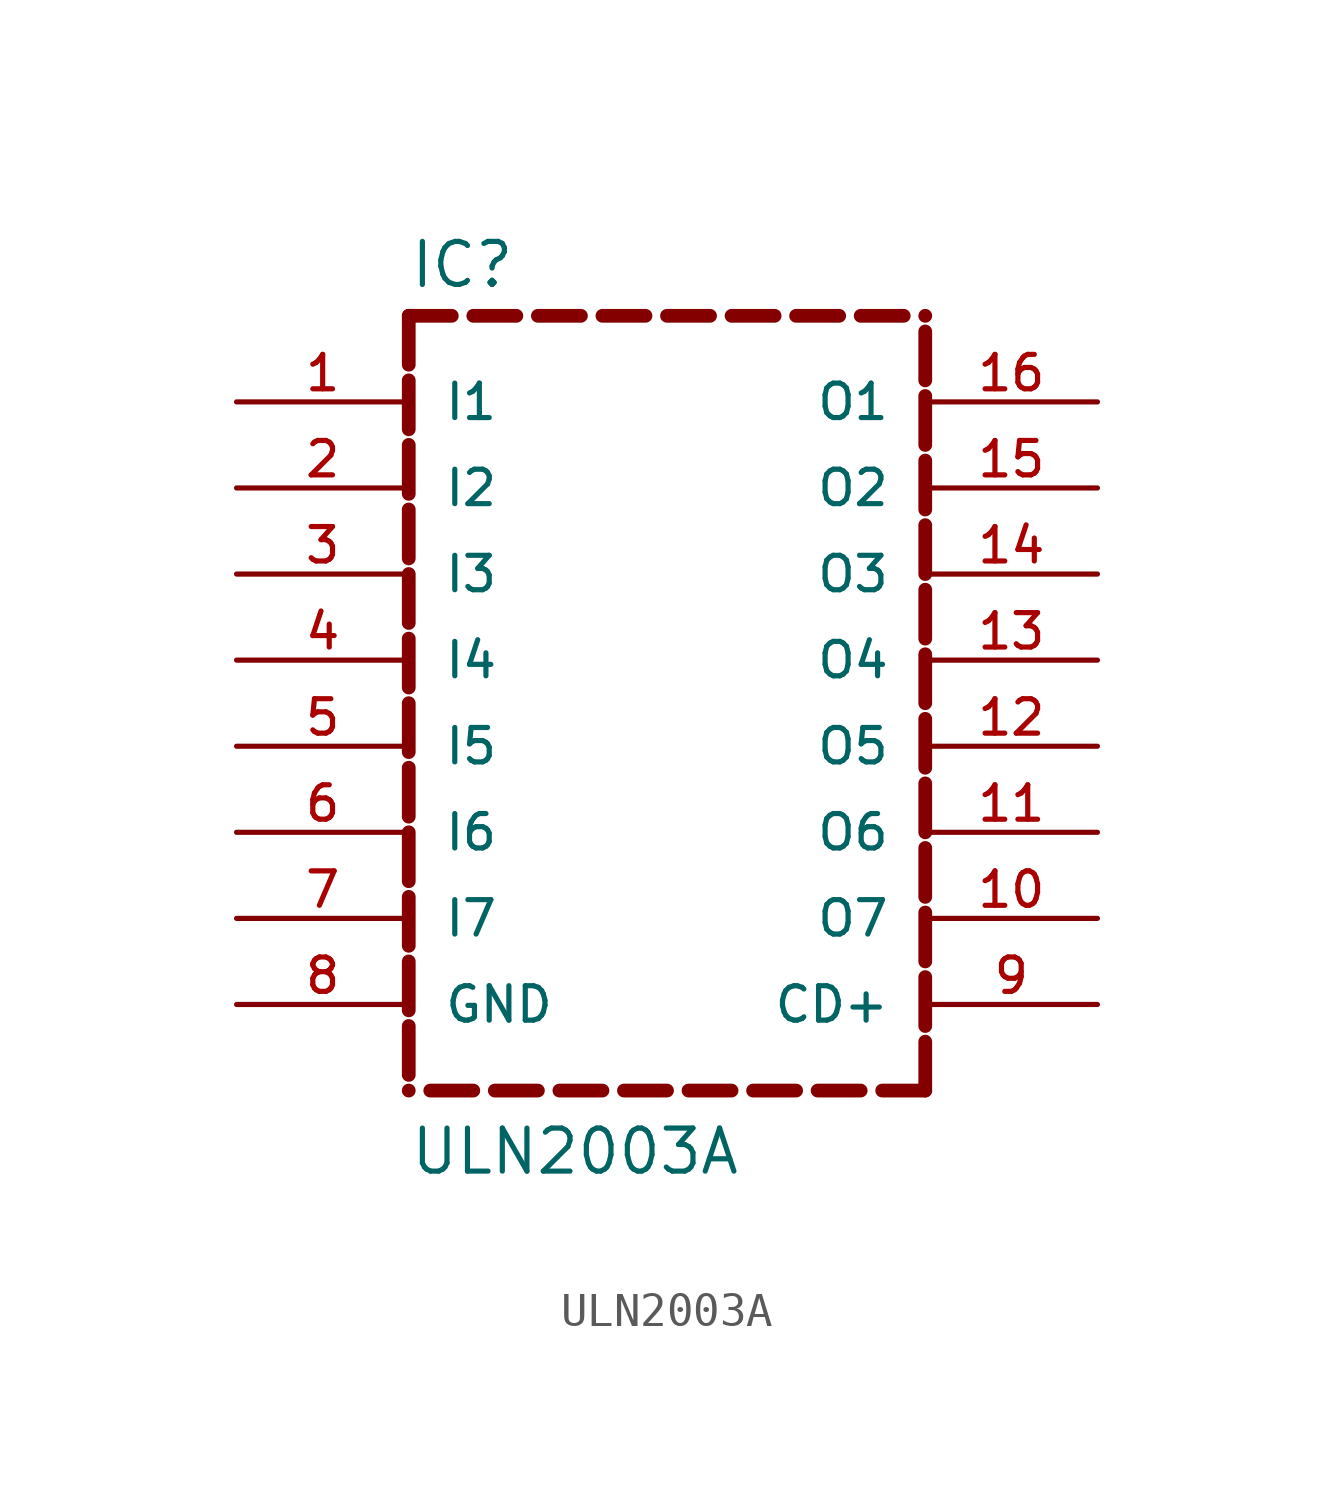
<source format=kicad_sym>
(kicad_symbol_lib
  (version 20211014)
  (generator kicad_symbol_editor)
  (symbol "ULN2003A"
    (pin_names
      (offset 1.016))
    (property "Reference" "IC"
      (at -7.62 10.922 0)
      (effects (font (size 1.27 1.27)) (justify bottom left)))
    (property "Value" "ULN2003A"
      (at -7.62 -15.24 0)
      (effects (font (size 1.27 1.27)) (justify bottom left)))
    (symbol "ULN2003A_0_0"
      (polyline (pts (xy -7.62 10.16) (xy -6.35 10.16)) (stroke (width 0.406)))
      (polyline (pts (xy -5.715 10.16) (xy -4.445 10.16)) (stroke (width 0.406)))
      (polyline (pts (xy -3.81 10.16) (xy -2.54 10.16)) (stroke (width 0.406)))
      (polyline (pts (xy -1.905 10.16) (xy -0.635 10.16)) (stroke (width 0.406)))
      (polyline (pts (xy 0.0 10.16) (xy 1.27 10.16)) (stroke (width 0.406)))
      (polyline (pts (xy 1.905 10.16) (xy 3.175 10.16)) (stroke (width 0.406)))
      (polyline (pts (xy 3.81 10.16) (xy 5.08 10.16)) (stroke (width 0.406)))
      (polyline (pts (xy 5.715 10.16) (xy 6.985 10.16)) (stroke (width 0.406)))
      (polyline (pts (xy 7.62 10.16) (xy 7.62 10.16)) (stroke (width 0.406)))
      (polyline (pts (xy 7.62 -12.7) (xy 7.62 -11.257)) (stroke (width 0.406)))
      (polyline (pts (xy 7.62 -10.795) (xy 7.62 -9.352)) (stroke (width 0.406)))
      (polyline (pts (xy 7.62 -8.89) (xy 7.62 -7.447)) (stroke (width 0.406)))
      (polyline (pts (xy 7.62 -6.985) (xy 7.62 -5.542)) (stroke (width 0.406)))
      (polyline (pts (xy 7.62 -5.08) (xy 7.62 -3.637)) (stroke (width 0.406)))
      (polyline (pts (xy 7.62 -3.175) (xy 7.62 -1.732)) (stroke (width 0.406)))
      (polyline (pts (xy 7.62 -1.27) (xy 7.62 0.173)) (stroke (width 0.406)))
      (polyline (pts (xy 7.62 0.635) (xy 7.62 2.078)) (stroke (width 0.406)))
      (polyline (pts (xy 7.62 2.54) (xy 7.62 3.983)) (stroke (width 0.406)))
      (polyline (pts (xy 7.62 4.445) (xy 7.62 5.888)) (stroke (width 0.406)))
      (polyline (pts (xy 7.62 6.35) (xy 7.62 7.793)) (stroke (width 0.406)))
      (polyline (pts (xy 7.62 8.255) (xy 7.62 9.698)) (stroke (width 0.406)))
      (polyline (pts (xy 7.62 -12.7) (xy 6.35 -12.7)) (stroke (width 0.406)))
      (polyline (pts (xy 5.715 -12.7) (xy 4.445 -12.7)) (stroke (width 0.406)))
      (polyline (pts (xy 3.81 -12.7) (xy 2.54 -12.7)) (stroke (width 0.406)))
      (polyline (pts (xy 1.905 -12.7) (xy 0.635 -12.7)) (stroke (width 0.406)))
      (polyline (pts (xy 0.0 -12.7) (xy -1.27 -12.7)) (stroke (width 0.406)))
      (polyline (pts (xy -1.905 -12.7) (xy -3.175 -12.7)) (stroke (width 0.406)))
      (polyline (pts (xy -3.81 -12.7) (xy -5.08 -12.7)) (stroke (width 0.406)))
      (polyline (pts (xy -5.715 -12.7) (xy -6.985 -12.7)) (stroke (width 0.406)))
      (polyline (pts (xy -7.62 -12.7) (xy -7.62 -12.7)) (stroke (width 0.406)))
      (polyline (pts (xy -7.62 10.16) (xy -7.62 8.717)) (stroke (width 0.406)))
      (polyline (pts (xy -7.62 8.255) (xy -7.62 6.812)) (stroke (width 0.406)))
      (polyline (pts (xy -7.62 6.35) (xy -7.62 4.907)) (stroke (width 0.406)))
      (polyline (pts (xy -7.62 4.445) (xy -7.62 3.002)) (stroke (width 0.406)))
      (polyline (pts (xy -7.62 2.54) (xy -7.62 1.097)) (stroke (width 0.406)))
      (polyline (pts (xy -7.62 0.635) (xy -7.62 -0.808)) (stroke (width 0.406)))
      (polyline (pts (xy -7.62 -1.27) (xy -7.62 -2.713)) (stroke (width 0.406)))
      (polyline (pts (xy -7.62 -3.175) (xy -7.62 -4.618)) (stroke (width 0.406)))
      (polyline (pts (xy -7.62 -5.08) (xy -7.62 -6.523)) (stroke (width 0.406)))
      (polyline (pts (xy -7.62 -6.985) (xy -7.62 -8.428)) (stroke (width 0.406)))
      (polyline (pts (xy -7.62 -8.89) (xy -7.62 -10.333)) (stroke (width 0.406)))
      (polyline (pts (xy -7.62 -10.795) (xy -7.62 -12.238)) (stroke (width 0.406)))
      (pin input line (at -12.7 7.62 0) (length 5.08) (name "I1" (effects (font (size 1.016 1.016)))) (number "1" (effects (font (size 1.016 1.016)))))
      (pin input line (at -12.7 5.08 0) (length 5.08) (name "I2" (effects (font (size 1.016 1.016)))) (number "2" (effects (font (size 1.016 1.016)))))
      (pin input line (at -12.7 2.54 0) (length 5.08) (name "I3" (effects (font (size 1.016 1.016)))) (number "3" (effects (font (size 1.016 1.016)))))
      (pin input line (at -12.7 0.0 0) (length 5.08) (name "I4" (effects (font (size 1.016 1.016)))) (number "4" (effects (font (size 1.016 1.016)))))
      (pin input line (at -12.7 -2.54 0) (length 5.08) (name "I5" (effects (font (size 1.016 1.016)))) (number "5" (effects (font (size 1.016 1.016)))))
      (pin input line (at -12.7 -5.08 0) (length 5.08) (name "I6" (effects (font (size 1.016 1.016)))) (number "6" (effects (font (size 1.016 1.016)))))
      (pin input line (at -12.7 -7.62 0) (length 5.08) (name "I7" (effects (font (size 1.016 1.016)))) (number "7" (effects (font (size 1.016 1.016)))))
      (pin open_collector line (at 12.7 7.62 180.0) (length 5.08) (name "O1" (effects (font (size 1.016 1.016)))) (number "16" (effects (font (size 1.016 1.016)))))
      (pin open_collector line (at 12.7 5.08 180.0) (length 5.08) (name "O2" (effects (font (size 1.016 1.016)))) (number "15" (effects (font (size 1.016 1.016)))))
      (pin open_collector line (at 12.7 2.54 180.0) (length 5.08) (name "O3" (effects (font (size 1.016 1.016)))) (number "14" (effects (font (size 1.016 1.016)))))
      (pin open_collector line (at 12.7 0.0 180.0) (length 5.08) (name "O4" (effects (font (size 1.016 1.016)))) (number "13" (effects (font (size 1.016 1.016)))))
      (pin open_collector line (at 12.7 -2.54 180.0) (length 5.08) (name "O5" (effects (font (size 1.016 1.016)))) (number "12" (effects (font (size 1.016 1.016)))))
      (pin open_collector line (at 12.7 -5.08 180.0) (length 5.08) (name "O6" (effects (font (size 1.016 1.016)))) (number "11" (effects (font (size 1.016 1.016)))))
      (pin open_collector line (at 12.7 -7.62 180.0) (length 5.08) (name "O7" (effects (font (size 1.016 1.016)))) (number "10" (effects (font (size 1.016 1.016)))))
      (pin passive line (at 12.7 -10.16 180.0) (length 5.08) (name "CD+" (effects (font (size 1.016 1.016)))) (number "9" (effects (font (size 1.016 1.016)))))
      (pin power_in line (at -12.7 -10.16 0) (length 5.08) (name "GND" (effects (font (size 1.016 1.016)))) (number "8" (effects (font (size 1.016 1.016))))))))
</source>
